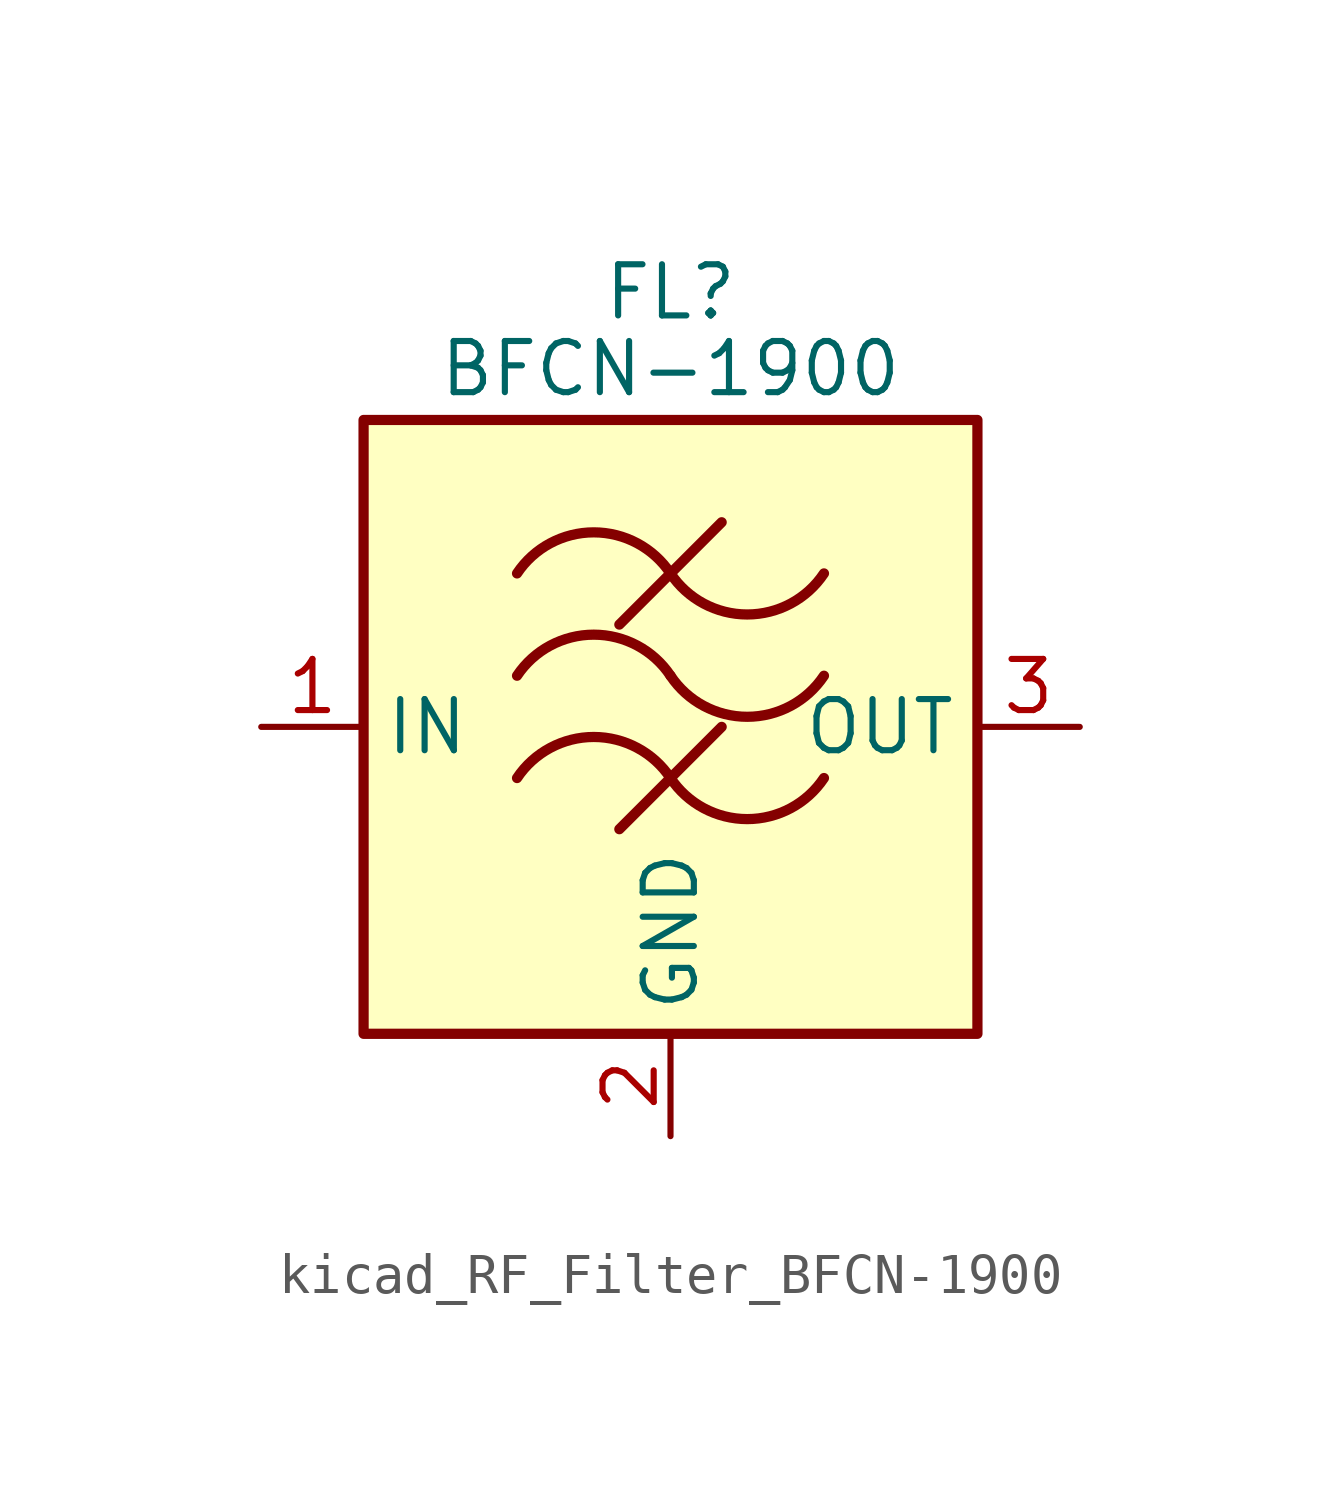
<source format=kicad_sym>
(kicad_symbol_lib
  (version 20220914)
  (generator kicad_symbol_editor)
  (symbol "kicad_RF_Filter_BFCN-1900"
    (property "Reference" "FL"
      (at 0 10.795 0)
      (effects (font (size 1.27 1.27))))
    (property "Value" "BFCN-1900"
      (at 0 8.89 0)
      (effects (font (size 1.27 1.27))))
    (symbol "kicad_RF_Filter_BFCN-1900_0_1"
      (rectangle (start -7.62 7.62) (end 7.62 -7.62) (stroke (width 0.254) (type default)) (fill (type background)))
      (arc (start 0 -1.27) (mid -1.905 -0.2505) (end -3.81 -1.27) (stroke (width 0.254) (type default)) (fill (type none)))
      (arc (start 0 -1.27) (mid 1.905 -2.2895) (end 3.81 -1.27) (stroke (width 0.254) (type default)) (fill (type none)))
      (polyline (pts (xy -1.27 -2.54) (xy 1.27 0)) (stroke (width 0.254) (type default)) (fill (type none)))
      (polyline (pts (xy -1.27 2.54) (xy 1.27 5.08)) (stroke (width 0.254) (type default)) (fill (type none)))
      (arc (start 0 1.27) (mid -1.905 2.2895) (end -3.81 1.27) (stroke (width 0.254) (type default)) (fill (type none)))
      (arc (start 0 1.27) (mid 1.905 0.2505) (end 3.81 1.27) (stroke (width 0.254) (type default)) (fill (type none)))
      (arc (start 0 3.81) (mid -1.905 4.8295) (end -3.81 3.81) (stroke (width 0.254) (type default)) (fill (type none)))
      (arc (start 0 3.81) (mid 1.905 2.7905) (end 3.81 3.81) (stroke (width 0.254) (type default)) (fill (type none))))
    (symbol "kicad_RF_Filter_BFCN-1900_1_1"
      (pin passive line (at -10.16 0 0) (length 2.54) (name "IN" (effects (font (size 1.27 1.27)))) (number "1" (effects (font (size 1.27 1.27)))))
      (pin passive line (at 0 -10.16 90) (length 2.54) (name "GND" (effects (font (size 1.27 1.27)))) (number "2" (effects (font (size 1.27 1.27)))))
      (pin passive line (at 10.16 0 180) (length 2.54) (name "OUT" (effects (font (size 1.27 1.27)))) (number "3" (effects (font (size 1.27 1.27)))))
      (pin passive line (at 0 -10.16 90) (length 2.54) hide (name "GND" (effects (font (size 1.27 1.27)))) (number "4" (effects (font (size 1.27 1.27))))))))
</source>
